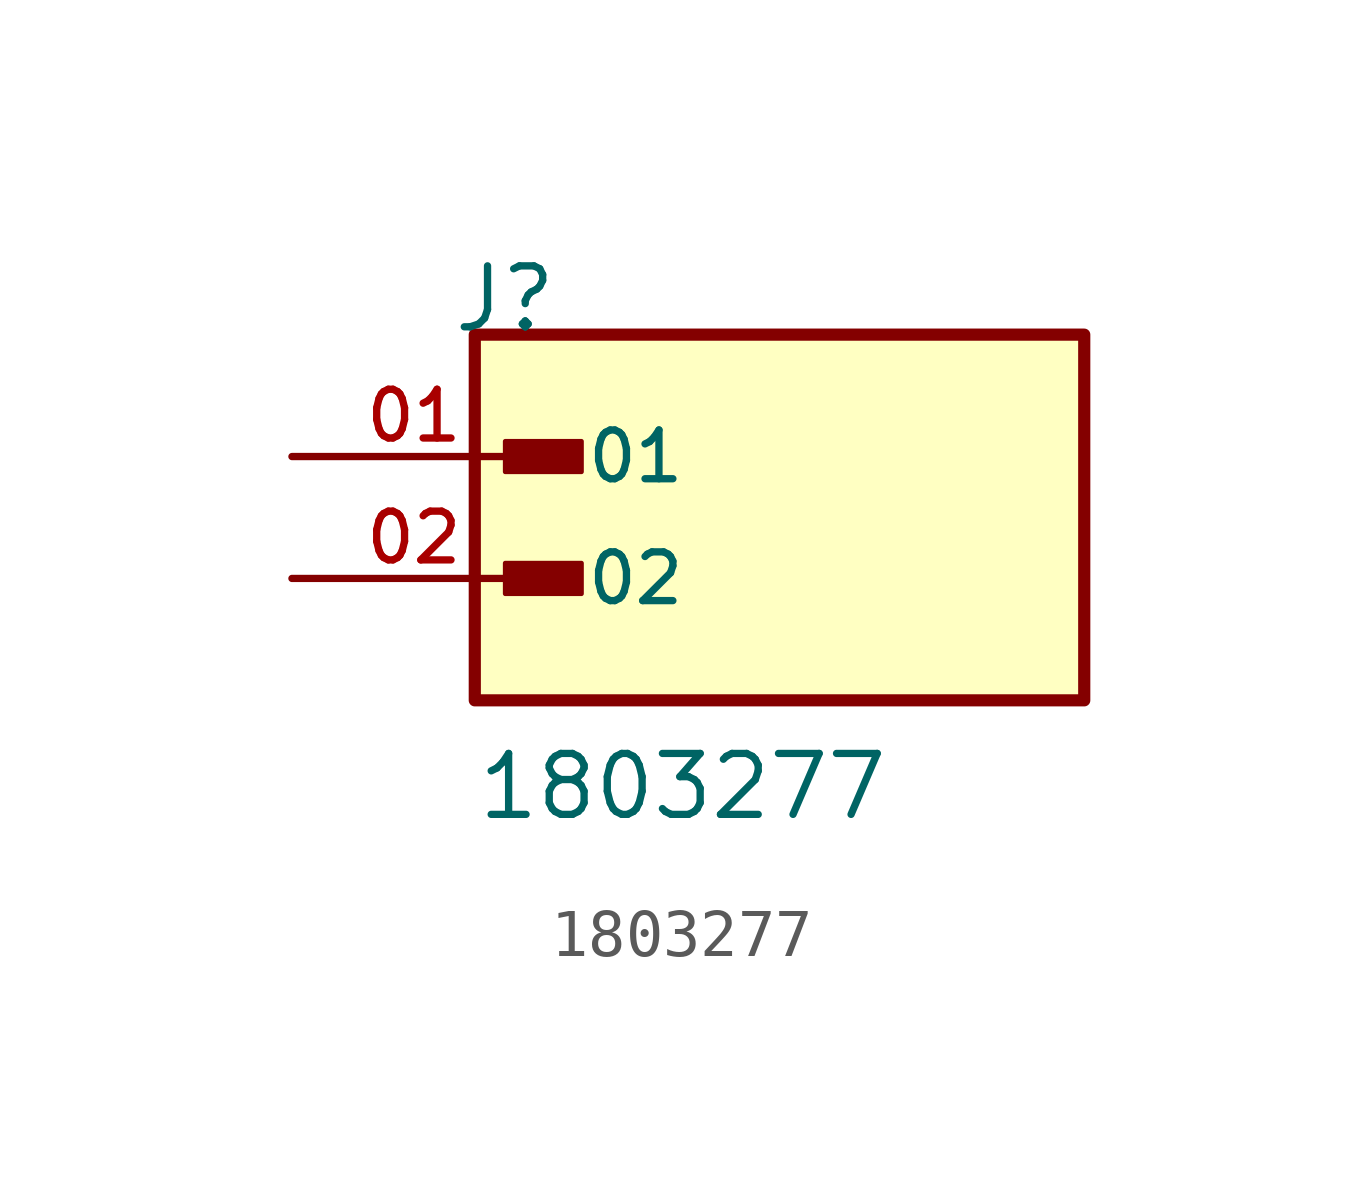
<source format=kicad_sym>
(kicad_symbol_lib
  (version 20211014)
  (generator kicad_symbol_editor)
  (symbol "1803277"
    (pin_names
      (offset 1.016))
    (property "Reference" "J"
      (at -6.85 5.08 0)
      (effects (font (size 1.27 1.27)) (justify bottom left)))
    (property "Value" "1803277"
      (at -6.35 -5.08 0)
      (effects (font (size 1.27 1.27)) (justify bottom left)))
    (symbol "1803277_0_0"
      (rectangle (start -5.715 2.223) (end -4.128 2.857) (stroke (width 0.1)) (fill (type outline)))
      (rectangle (start -5.715 -0.318) (end -4.128 0.318) (stroke (width 0.1)) (fill (type outline)))
      (rectangle (start -6.35 -2.54) (end 6.35 5.08) (stroke (width 0.254)) (fill (type background)))
      (pin passive line (at -10.16 2.54 0) (length 5.08) (name "01" (effects (font (size 1.016 1.016)))) (number "01" (effects (font (size 1.016 1.016)))))
      (pin passive line (at -10.16 0.0 0) (length 5.08) (name "02" (effects (font (size 1.016 1.016)))) (number "02" (effects (font (size 1.016 1.016))))))))
</source>
